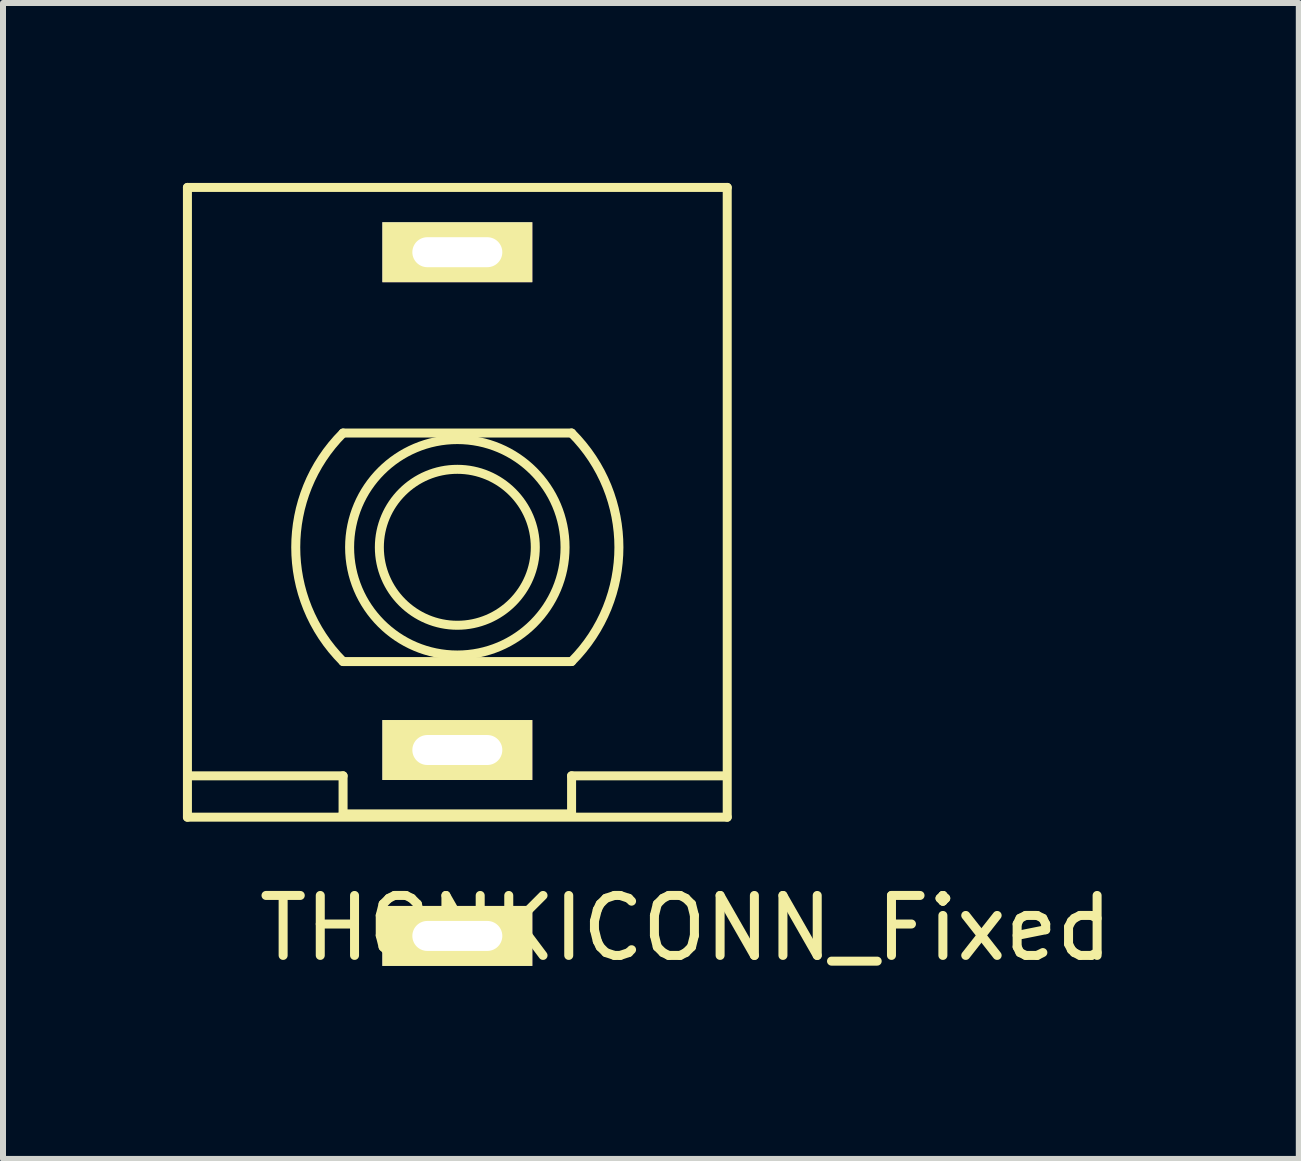
<source format=kicad_pcb>
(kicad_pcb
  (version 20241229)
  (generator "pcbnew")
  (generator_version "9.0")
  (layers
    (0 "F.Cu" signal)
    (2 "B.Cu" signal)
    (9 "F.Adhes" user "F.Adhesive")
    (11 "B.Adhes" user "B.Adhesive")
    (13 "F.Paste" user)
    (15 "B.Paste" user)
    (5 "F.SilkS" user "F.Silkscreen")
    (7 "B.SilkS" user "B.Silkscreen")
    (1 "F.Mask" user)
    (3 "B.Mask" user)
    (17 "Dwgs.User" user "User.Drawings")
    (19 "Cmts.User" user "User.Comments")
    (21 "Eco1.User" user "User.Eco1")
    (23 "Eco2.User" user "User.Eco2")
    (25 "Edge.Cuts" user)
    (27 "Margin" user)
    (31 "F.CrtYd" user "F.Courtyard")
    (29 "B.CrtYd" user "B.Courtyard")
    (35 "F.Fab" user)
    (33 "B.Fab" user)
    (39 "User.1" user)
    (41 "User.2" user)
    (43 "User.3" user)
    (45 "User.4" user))
  (footprint "THONKICONN_Fixed"
    (layer "F.Cu")
    (at 4.575 6.075)
    (property "Reference" "THONKICONN_Fixed" (at 3.81 6.35 0) (layer "F.SilkS") (effects (font (size 1 1) (thickness 0.15))))
    (attr through_hole)
    (fp_line (start -4.5 -6) (end -4.5 4.5) (stroke (width 0.15) (type solid)) (layer "F.SilkS"))
    (fp_line (start -4.5 -6) (end 4.5 -6) (stroke (width 0.15) (type solid)) (layer "F.SilkS"))
    (fp_line (start -4.5 4.5) (end 4.5 4.5) (stroke (width 0.15) (type solid)) (layer "F.SilkS"))
    (fp_line (start -4.445 3.81) (end -1.905 3.81) (stroke (width 0.15) (type solid)) (layer "F.SilkS"))
    (fp_line (start -1.905 -1.905) (end 1.905 -1.905) (stroke (width 0.15) (type solid)) (layer "F.SilkS"))
    (fp_line (start -1.905 3.81) (end -1.905 4.445) (stroke (width 0.15) (type solid)) (layer "F.SilkS"))
    (fp_line (start -1.905 4.445) (end 1.905 4.445) (stroke (width 0.15) (type solid)) (layer "F.SilkS"))
    (fp_line (start 1.905 1.905) (end -1.905 1.905) (stroke (width 0.15) (type solid)) (layer "F.SilkS"))
    (fp_line (start 1.905 3.81) (end 4.445 3.81) (stroke (width 0.15) (type solid)) (layer "F.SilkS"))
    (fp_line (start 1.905 4.445) (end 1.905 3.81) (stroke (width 0.15) (type solid)) (layer "F.SilkS"))
    (fp_line (start 4.5 -6) (end 4.5 4.5) (stroke (width 0.15) (type solid)) (layer "F.SilkS"))
    (fp_arc (start -1.905 1.905) (mid -2.694077 0) (end -1.905 -1.905) (stroke (width 0.15) (type solid)) (layer "F.SilkS"))
    (fp_arc (start 1.905 -1.905) (mid 2.694077 0) (end 1.905 1.905) (stroke (width 0.15) (type solid)) (layer "F.SilkS"))
    (fp_circle (center 0 0) (end 1.27 1.27) (stroke (width 0.15) (type solid)) (fill no) (layer "F.SilkS"))
    (fp_circle (center 0 0) (end 1.3 0) (stroke (width 0.15) (type solid)) (fill no) (layer "F.SilkS"))
    (pad "1" thru_hole rect (at 0 -4.92) (size 2.5 1) (drill oval 1.5 0.5) (layers "*.Cu" "*.Mask" "F.SilkS"))
    (pad "2" thru_hole rect (at 0 3.38) (size 2.5 1) (drill oval 1.5 0.5) (layers "*.Cu" "*.Mask" "F.SilkS"))
    (pad "3" thru_hole rect (at 0 6.48) (size 2.5 1) (drill oval 1.5 0.5) (layers "*.Cu" "*.Mask" "F.SilkS")))
  (gr_rect
    (start -3 -3)
    (end 18.605 16.273)
    (stroke (width 0.1) (type default))
    (fill no)
    (layer "Edge.Cuts")))
</source>
